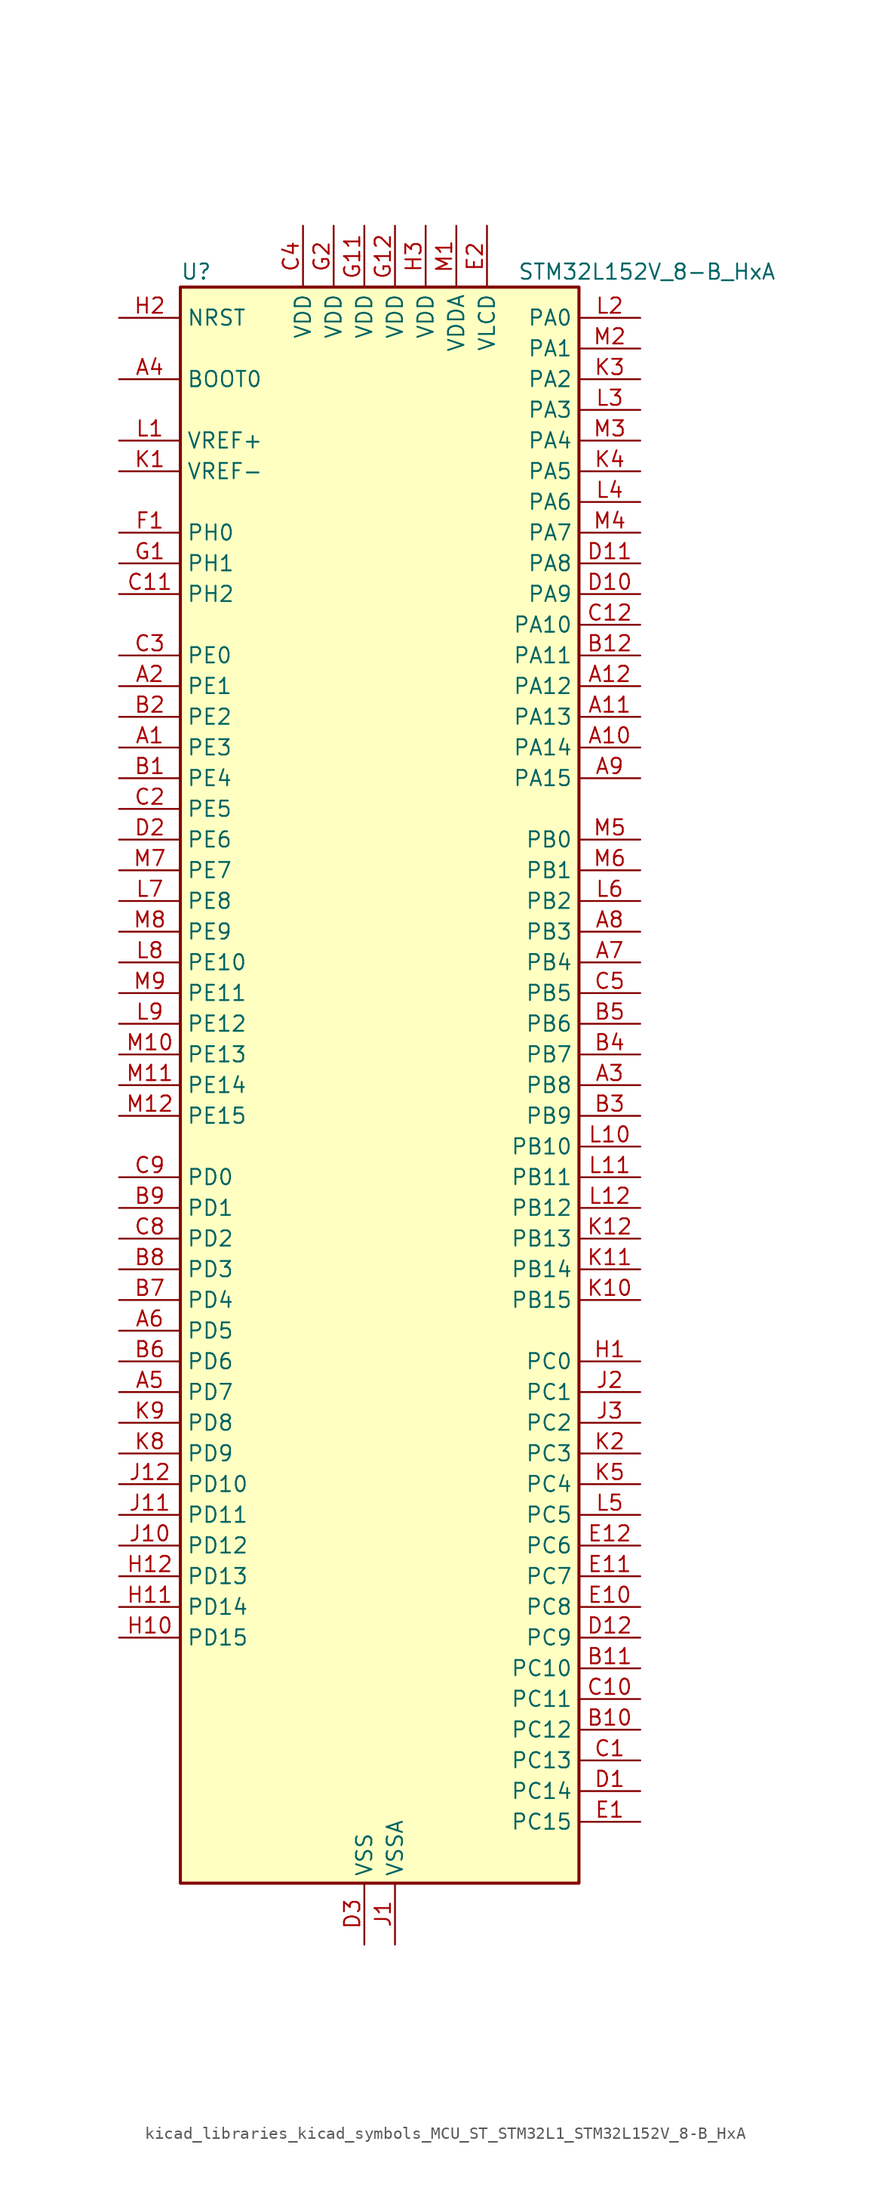
<source format=kicad_sym>
(kicad_symbol_lib
  (version 20220914)
  (generator kicad_symbol_editor)
  (symbol "kicad_libraries_kicad_symbols_MCU_ST_STM32L1_STM32L152V_8-B_HxA"
    (property "Reference" "U"
      (at -15.24 67.31 0)
      (effects (font (size 1.27 1.27)) (justify left)))
    (property "Value" "STM32L152V_8-B_HxA"
      (at 12.7 67.31 0)
      (effects (font (size 1.27 1.27)) (justify left)))
    (property "ki_locked" ""
      (at 0 0 0)
      (effects (font (size 1.27 1.27))))
    (symbol "kicad_libraries_kicad_symbols_MCU_ST_STM32L1_STM32L152V_8-B_HxA_0_1"
      (rectangle (start -15.24 -66.04) (end 17.78 66.04) (stroke (width 0.254) (type default)) (fill (type background))))
    (symbol "kicad_libraries_kicad_symbols_MCU_ST_STM32L1_STM32L152V_8-B_HxA_1_1"
      (pin bidirectional line (at -20.32 27.94 0) (length 5.08) (name "PE3" (effects (font (size 1.27 1.27)))) (number "A1" (effects (font (size 1.27 1.27)))) (alternate "LCD_SEG39" bidirectional line) (alternate "SYS_TRACED0" bidirectional line) (alternate "TIM3_CH1" bidirectional line) (alternate "TIMX_IC4" bidirectional line))
      (pin bidirectional line (at 22.86 27.94 180) (length 5.08) (name "PA14" (effects (font (size 1.27 1.27)))) (number "A10" (effects (font (size 1.27 1.27)))) (alternate "SYS_JTCK-SWCLK" bidirectional line) (alternate "TIMX_IC3" bidirectional line) (alternate "TS_G5_IO2" bidirectional line))
      (pin bidirectional line (at 22.86 30.48 180) (length 5.08) (name "PA13" (effects (font (size 1.27 1.27)))) (number "A11" (effects (font (size 1.27 1.27)))) (alternate "SYS_JTMS-SWDIO" bidirectional line) (alternate "TIMX_IC2" bidirectional line) (alternate "TS_G5_IO1" bidirectional line))
      (pin bidirectional line (at 22.86 33.02 180) (length 5.08) (name "PA12" (effects (font (size 1.27 1.27)))) (number "A12" (effects (font (size 1.27 1.27)))) (alternate "SPI1_MOSI" bidirectional line) (alternate "TIMX_IC1" bidirectional line) (alternate "USART1_RTS" bidirectional line) (alternate "USB_DP" bidirectional line))
      (pin bidirectional line (at -20.32 33.02 0) (length 5.08) (name "PE1" (effects (font (size 1.27 1.27)))) (number "A2" (effects (font (size 1.27 1.27)))) (alternate "LCD_SEG37" bidirectional line) (alternate "TIM11_CH1" bidirectional line) (alternate "TIMX_IC2" bidirectional line))
      (pin bidirectional line (at 22.86 0 180) (length 5.08) (name "PB8" (effects (font (size 1.27 1.27)))) (number "A3" (effects (font (size 1.27 1.27)))) (alternate "I2C1_SCL" bidirectional line) (alternate "LCD_SEG16" bidirectional line) (alternate "TIM10_CH1" bidirectional line) (alternate "TIM4_CH3" bidirectional line))
      (pin input line (at -20.32 58.42 0) (length 5.08) (name "BOOT0" (effects (font (size 1.27 1.27)))) (number "A4" (effects (font (size 1.27 1.27)))))
      (pin bidirectional line (at -20.32 -25.4 0) (length 5.08) (name "PD7" (effects (font (size 1.27 1.27)))) (number "A5" (effects (font (size 1.27 1.27)))) (alternate "TIM9_CH2" bidirectional line) (alternate "TIMX_IC4" bidirectional line) (alternate "USART2_CK" bidirectional line))
      (pin bidirectional line (at -20.32 -20.32 0) (length 5.08) (name "PD5" (effects (font (size 1.27 1.27)))) (number "A6" (effects (font (size 1.27 1.27)))) (alternate "TIMX_IC2" bidirectional line) (alternate "USART2_TX" bidirectional line))
      (pin bidirectional line (at 22.86 10.16 180) (length 5.08) (name "PB4" (effects (font (size 1.27 1.27)))) (number "A7" (effects (font (size 1.27 1.27)))) (alternate "COMP2_INP" bidirectional line) (alternate "LCD_SEG8" bidirectional line) (alternate "SPI1_MISO" bidirectional line) (alternate "SYS_JTRST" bidirectional line) (alternate "TIM3_CH1" bidirectional line) (alternate "TS_G6_IO1" bidirectional line))
      (pin bidirectional line (at 22.86 12.7 180) (length 5.08) (name "PB3" (effects (font (size 1.27 1.27)))) (number "A8" (effects (font (size 1.27 1.27)))) (alternate "COMP2_INM" bidirectional line) (alternate "LCD_SEG7" bidirectional line) (alternate "SPI1_SCK" bidirectional line) (alternate "SYS_JTDO-TRACESWO" bidirectional line) (alternate "TIM2_CH2" bidirectional line))
      (pin bidirectional line (at 22.86 25.4 180) (length 5.08) (name "PA15" (effects (font (size 1.27 1.27)))) (number "A9" (effects (font (size 1.27 1.27)))) (alternate "ADC_EXTI15" bidirectional line) (alternate "LCD_SEG17" bidirectional line) (alternate "SPI1_NSS" bidirectional line) (alternate "SYS_JTDI" bidirectional line) (alternate "TIM2_CH1" bidirectional line) (alternate "TIM2_ETR" bidirectional line) (alternate "TIMX_IC4" bidirectional line) (alternate "TS_G5_IO3" bidirectional line))
      (pin bidirectional line (at -20.32 25.4 0) (length 5.08) (name "PE4" (effects (font (size 1.27 1.27)))) (number "B1" (effects (font (size 1.27 1.27)))) (alternate "SYS_TRACED1" bidirectional line) (alternate "TIM3_CH2" bidirectional line) (alternate "TIMX_IC1" bidirectional line))
      (pin bidirectional line (at 22.86 -53.34 180) (length 5.08) (name "PC12" (effects (font (size 1.27 1.27)))) (number "B10" (effects (font (size 1.27 1.27)))) (alternate "LCD_COM6" bidirectional line) (alternate "LCD_SEG30" bidirectional line) (alternate "LCD_SEG42" bidirectional line) (alternate "TIMX_IC1" bidirectional line) (alternate "USART3_CK" bidirectional line))
      (pin bidirectional line (at 22.86 -48.26 180) (length 5.08) (name "PC10" (effects (font (size 1.27 1.27)))) (number "B11" (effects (font (size 1.27 1.27)))) (alternate "LCD_COM4" bidirectional line) (alternate "LCD_SEG28" bidirectional line) (alternate "LCD_SEG40" bidirectional line) (alternate "TIMX_IC3" bidirectional line) (alternate "USART3_TX" bidirectional line))
      (pin bidirectional line (at 22.86 35.56 180) (length 5.08) (name "PA11" (effects (font (size 1.27 1.27)))) (number "B12" (effects (font (size 1.27 1.27)))) (alternate "ADC_EXTI11" bidirectional line) (alternate "SPI1_MISO" bidirectional line) (alternate "TIMX_IC4" bidirectional line) (alternate "USART1_CTS" bidirectional line) (alternate "USB_DM" bidirectional line))
      (pin bidirectional line (at -20.32 30.48 0) (length 5.08) (name "PE2" (effects (font (size 1.27 1.27)))) (number "B2" (effects (font (size 1.27 1.27)))) (alternate "LCD_SEG38" bidirectional line) (alternate "SYS_TRACECK" bidirectional line) (alternate "TIM3_ETR" bidirectional line) (alternate "TIMX_IC3" bidirectional line))
      (pin bidirectional line (at 22.86 -2.54 180) (length 5.08) (name "PB9" (effects (font (size 1.27 1.27)))) (number "B3" (effects (font (size 1.27 1.27)))) (alternate "DAC_EXTI9" bidirectional line) (alternate "I2C1_SDA" bidirectional line) (alternate "LCD_COM3" bidirectional line) (alternate "TIM11_CH1" bidirectional line) (alternate "TIM4_CH4" bidirectional line))
      (pin bidirectional line (at 22.86 2.54 180) (length 5.08) (name "PB7" (effects (font (size 1.27 1.27)))) (number "B4" (effects (font (size 1.27 1.27)))) (alternate "I2C1_SDA" bidirectional line) (alternate "SYS_PVD_IN" bidirectional line) (alternate "TIM4_CH2" bidirectional line) (alternate "TS_G6_IO4" bidirectional line) (alternate "USART1_RX" bidirectional line))
      (pin bidirectional line (at 22.86 5.08 180) (length 5.08) (name "PB6" (effects (font (size 1.27 1.27)))) (number "B5" (effects (font (size 1.27 1.27)))) (alternate "I2C1_SCL" bidirectional line) (alternate "TIM4_CH1" bidirectional line) (alternate "TS_G6_IO3" bidirectional line) (alternate "USART1_TX" bidirectional line))
      (pin bidirectional line (at -20.32 -22.86 0) (length 5.08) (name "PD6" (effects (font (size 1.27 1.27)))) (number "B6" (effects (font (size 1.27 1.27)))) (alternate "TIMX_IC3" bidirectional line) (alternate "USART2_RX" bidirectional line))
      (pin bidirectional line (at -20.32 -17.78 0) (length 5.08) (name "PD4" (effects (font (size 1.27 1.27)))) (number "B7" (effects (font (size 1.27 1.27)))) (alternate "SPI2_MOSI" bidirectional line) (alternate "TIMX_IC1" bidirectional line) (alternate "USART2_RTS" bidirectional line))
      (pin bidirectional line (at -20.32 -15.24 0) (length 5.08) (name "PD3" (effects (font (size 1.27 1.27)))) (number "B8" (effects (font (size 1.27 1.27)))) (alternate "SPI2_MISO" bidirectional line) (alternate "TIMX_IC4" bidirectional line) (alternate "USART2_CTS" bidirectional line))
      (pin bidirectional line (at -20.32 -10.16 0) (length 5.08) (name "PD1" (effects (font (size 1.27 1.27)))) (number "B9" (effects (font (size 1.27 1.27)))) (alternate "SPI2_SCK" bidirectional line) (alternate "TIMX_IC2" bidirectional line))
      (pin bidirectional line (at 22.86 -55.88 180) (length 5.08) (name "PC13" (effects (font (size 1.27 1.27)))) (number "C1" (effects (font (size 1.27 1.27)))) (alternate "RTC_OUT_ALARM" bidirectional line) (alternate "RTC_OUT_CALIB" bidirectional line) (alternate "RTC_TAMP1" bidirectional line) (alternate "RTC_TS" bidirectional line) (alternate "SYS_WKUP2" bidirectional line) (alternate "TIMX_IC2" bidirectional line))
      (pin bidirectional line (at 22.86 -50.8 180) (length 5.08) (name "PC11" (effects (font (size 1.27 1.27)))) (number "C10" (effects (font (size 1.27 1.27)))) (alternate "ADC_EXTI11" bidirectional line) (alternate "LCD_COM5" bidirectional line) (alternate "LCD_SEG29" bidirectional line) (alternate "LCD_SEG41" bidirectional line) (alternate "TIMX_IC4" bidirectional line) (alternate "USART3_RX" bidirectional line))
      (pin bidirectional line (at -20.32 40.64 0) (length 5.08) (name "PH2" (effects (font (size 1.27 1.27)))) (number "C11" (effects (font (size 1.27 1.27)))))
      (pin bidirectional line (at 22.86 38.1 180) (length 5.08) (name "PA10" (effects (font (size 1.27 1.27)))) (number "C12" (effects (font (size 1.27 1.27)))) (alternate "LCD_COM2" bidirectional line) (alternate "TIMX_IC3" bidirectional line) (alternate "TS_G4_IO3" bidirectional line) (alternate "USART1_RX" bidirectional line))
      (pin bidirectional line (at -20.32 22.86 0) (length 5.08) (name "PE5" (effects (font (size 1.27 1.27)))) (number "C2" (effects (font (size 1.27 1.27)))) (alternate "SYS_TRACED2" bidirectional line) (alternate "TIM9_CH1" bidirectional line) (alternate "TIMX_IC2" bidirectional line))
      (pin bidirectional line (at -20.32 35.56 0) (length 5.08) (name "PE0" (effects (font (size 1.27 1.27)))) (number "C3" (effects (font (size 1.27 1.27)))) (alternate "LCD_SEG36" bidirectional line) (alternate "TIM10_CH1" bidirectional line) (alternate "TIM4_ETR" bidirectional line) (alternate "TIMX_IC1" bidirectional line))
      (pin power_in line (at -5.08 71.12 270) (length 5.08) (name "VDD" (effects (font (size 1.27 1.27)))) (number "C4" (effects (font (size 1.27 1.27)))))
      (pin bidirectional line (at 22.86 7.62 180) (length 5.08) (name "PB5" (effects (font (size 1.27 1.27)))) (number "C5" (effects (font (size 1.27 1.27)))) (alternate "COMP2_INP" bidirectional line) (alternate "I2C1_SMBA" bidirectional line) (alternate "LCD_SEG9" bidirectional line) (alternate "SPI1_MOSI" bidirectional line) (alternate "TIM3_CH2" bidirectional line) (alternate "TS_G6_IO2" bidirectional line))
      (pin bidirectional line (at -20.32 -12.7 0) (length 5.08) (name "PD2" (effects (font (size 1.27 1.27)))) (number "C8" (effects (font (size 1.27 1.27)))) (alternate "LCD_COM7" bidirectional line) (alternate "LCD_SEG31" bidirectional line) (alternate "LCD_SEG43" bidirectional line) (alternate "TIM3_ETR" bidirectional line) (alternate "TIMX_IC3" bidirectional line))
      (pin bidirectional line (at -20.32 -7.62 0) (length 5.08) (name "PD0" (effects (font (size 1.27 1.27)))) (number "C9" (effects (font (size 1.27 1.27)))) (alternate "SPI2_NSS" bidirectional line) (alternate "TIM9_CH1" bidirectional line) (alternate "TIMX_IC1" bidirectional line))
      (pin bidirectional line (at 22.86 -58.42 180) (length 5.08) (name "PC14" (effects (font (size 1.27 1.27)))) (number "D1" (effects (font (size 1.27 1.27)))) (alternate "RCC_OSC32_IN" bidirectional line) (alternate "TIMX_IC3" bidirectional line))
      (pin bidirectional line (at 22.86 40.64 180) (length 5.08) (name "PA9" (effects (font (size 1.27 1.27)))) (number "D10" (effects (font (size 1.27 1.27)))) (alternate "DAC_EXTI9" bidirectional line) (alternate "LCD_COM1" bidirectional line) (alternate "TIMX_IC2" bidirectional line) (alternate "TS_G4_IO2" bidirectional line) (alternate "USART1_TX" bidirectional line))
      (pin bidirectional line (at 22.86 43.18 180) (length 5.08) (name "PA8" (effects (font (size 1.27 1.27)))) (number "D11" (effects (font (size 1.27 1.27)))) (alternate "LCD_COM0" bidirectional line) (alternate "RCC_MCO" bidirectional line) (alternate "TIMX_IC1" bidirectional line) (alternate "TS_G4_IO1" bidirectional line) (alternate "USART1_CK" bidirectional line))
      (pin bidirectional line (at 22.86 -45.72 180) (length 5.08) (name "PC9" (effects (font (size 1.27 1.27)))) (number "D12" (effects (font (size 1.27 1.27)))) (alternate "DAC_EXTI9" bidirectional line) (alternate "LCD_SEG27" bidirectional line) (alternate "TIM3_CH4" bidirectional line) (alternate "TIMX_IC2" bidirectional line) (alternate "TS_G10_IO4" bidirectional line))
      (pin bidirectional line (at -20.32 20.32 0) (length 5.08) (name "PE6" (effects (font (size 1.27 1.27)))) (number "D2" (effects (font (size 1.27 1.27)))) (alternate "RTC_TAMP3" bidirectional line) (alternate "SYS_TRACED3" bidirectional line) (alternate "SYS_WKUP3" bidirectional line) (alternate "TIM9_CH2" bidirectional line) (alternate "TIMX_IC3" bidirectional line))
      (pin power_in line (at 0 -71.12 90) (length 5.08) (name "VSS" (effects (font (size 1.27 1.27)))) (number "D3" (effects (font (size 1.27 1.27)))))
      (pin bidirectional line (at 22.86 -60.96 180) (length 5.08) (name "PC15" (effects (font (size 1.27 1.27)))) (number "E1" (effects (font (size 1.27 1.27)))) (alternate "ADC_EXTI15" bidirectional line) (alternate "RCC_OSC32_OUT" bidirectional line) (alternate "TIMX_IC4" bidirectional line))
      (pin bidirectional line (at 22.86 -43.18 180) (length 5.08) (name "PC8" (effects (font (size 1.27 1.27)))) (number "E10" (effects (font (size 1.27 1.27)))) (alternate "LCD_SEG26" bidirectional line) (alternate "TIM3_CH3" bidirectional line) (alternate "TIMX_IC1" bidirectional line) (alternate "TS_G10_IO3" bidirectional line))
      (pin bidirectional line (at 22.86 -40.64 180) (length 5.08) (name "PC7" (effects (font (size 1.27 1.27)))) (number "E11" (effects (font (size 1.27 1.27)))) (alternate "LCD_SEG25" bidirectional line) (alternate "TIM3_CH2" bidirectional line) (alternate "TIMX_IC4" bidirectional line) (alternate "TS_G10_IO2" bidirectional line))
      (pin bidirectional line (at 22.86 -38.1 180) (length 5.08) (name "PC6" (effects (font (size 1.27 1.27)))) (number "E12" (effects (font (size 1.27 1.27)))) (alternate "LCD_SEG24" bidirectional line) (alternate "TIM3_CH1" bidirectional line) (alternate "TIMX_IC3" bidirectional line) (alternate "TS_G10_IO1" bidirectional line))
      (pin power_in line (at 10.16 71.12 270) (length 5.08) (name "VLCD" (effects (font (size 1.27 1.27)))) (number "E2" (effects (font (size 1.27 1.27)))))
      (pin passive line (at 0 -71.12 90) (length 5.08) hide (name "VSS" (effects (font (size 1.27 1.27)))) (number "E3" (effects (font (size 1.27 1.27)))))
      (pin bidirectional line (at -20.32 45.72 0) (length 5.08) (name "PH0" (effects (font (size 1.27 1.27)))) (number "F1" (effects (font (size 1.27 1.27)))) (alternate "RCC_OSC_IN" bidirectional line))
      (pin passive line (at 0 -71.12 90) (length 5.08) hide (name "VSS" (effects (font (size 1.27 1.27)))) (number "F11" (effects (font (size 1.27 1.27)))))
      (pin passive line (at 0 -71.12 90) (length 5.08) hide (name "VSS" (effects (font (size 1.27 1.27)))) (number "F12" (effects (font (size 1.27 1.27)))))
      (pin passive line (at 0 -71.12 90) (length 5.08) hide (name "VSS" (effects (font (size 1.27 1.27)))) (number "F2" (effects (font (size 1.27 1.27)))))
      (pin bidirectional line (at -20.32 43.18 0) (length 5.08) (name "PH1" (effects (font (size 1.27 1.27)))) (number "G1" (effects (font (size 1.27 1.27)))) (alternate "RCC_OSC_OUT" bidirectional line))
      (pin power_in line (at 0 71.12 270) (length 5.08) (name "VDD" (effects (font (size 1.27 1.27)))) (number "G11" (effects (font (size 1.27 1.27)))))
      (pin power_in line (at 2.54 71.12 270) (length 5.08) (name "VDD" (effects (font (size 1.27 1.27)))) (number "G12" (effects (font (size 1.27 1.27)))))
      (pin power_in line (at -2.54 71.12 270) (length 5.08) (name "VDD" (effects (font (size 1.27 1.27)))) (number "G2" (effects (font (size 1.27 1.27)))))
      (pin bidirectional line (at 22.86 -22.86 180) (length 5.08) (name "PC0" (effects (font (size 1.27 1.27)))) (number "H1" (effects (font (size 1.27 1.27)))) (alternate "ADC_IN10" bidirectional line) (alternate "COMP1_INP" bidirectional line) (alternate "LCD_SEG18" bidirectional line) (alternate "TIMX_IC1" bidirectional line) (alternate "TS_G8_IO1" bidirectional line))
      (pin bidirectional line (at -20.32 -45.72 0) (length 5.08) (name "PD15" (effects (font (size 1.27 1.27)))) (number "H10" (effects (font (size 1.27 1.27)))) (alternate "ADC_EXTI15" bidirectional line) (alternate "LCD_SEG35" bidirectional line) (alternate "TIM4_CH4" bidirectional line) (alternate "TIMX_IC4" bidirectional line))
      (pin bidirectional line (at -20.32 -43.18 0) (length 5.08) (name "PD14" (effects (font (size 1.27 1.27)))) (number "H11" (effects (font (size 1.27 1.27)))) (alternate "LCD_SEG34" bidirectional line) (alternate "TIM4_CH3" bidirectional line) (alternate "TIMX_IC3" bidirectional line))
      (pin bidirectional line (at -20.32 -40.64 0) (length 5.08) (name "PD13" (effects (font (size 1.27 1.27)))) (number "H12" (effects (font (size 1.27 1.27)))) (alternate "LCD_SEG33" bidirectional line) (alternate "TIM4_CH2" bidirectional line) (alternate "TIMX_IC2" bidirectional line))
      (pin input line (at -20.32 63.5 0) (length 5.08) (name "NRST" (effects (font (size 1.27 1.27)))) (number "H2" (effects (font (size 1.27 1.27)))))
      (pin power_in line (at 5.08 71.12 270) (length 5.08) (name "VDD" (effects (font (size 1.27 1.27)))) (number "H3" (effects (font (size 1.27 1.27)))))
      (pin power_in line (at 2.54 -71.12 90) (length 5.08) (name "VSSA" (effects (font (size 1.27 1.27)))) (number "J1" (effects (font (size 1.27 1.27)))))
      (pin bidirectional line (at -20.32 -38.1 0) (length 5.08) (name "PD12" (effects (font (size 1.27 1.27)))) (number "J10" (effects (font (size 1.27 1.27)))) (alternate "LCD_SEG32" bidirectional line) (alternate "TIM4_CH1" bidirectional line) (alternate "TIMX_IC1" bidirectional line) (alternate "USART3_RTS" bidirectional line))
      (pin bidirectional line (at -20.32 -35.56 0) (length 5.08) (name "PD11" (effects (font (size 1.27 1.27)))) (number "J11" (effects (font (size 1.27 1.27)))) (alternate "ADC_EXTI11" bidirectional line) (alternate "LCD_SEG31" bidirectional line) (alternate "TIMX_IC4" bidirectional line) (alternate "USART3_CTS" bidirectional line))
      (pin bidirectional line (at -20.32 -33.02 0) (length 5.08) (name "PD10" (effects (font (size 1.27 1.27)))) (number "J12" (effects (font (size 1.27 1.27)))) (alternate "LCD_SEG30" bidirectional line) (alternate "TIMX_IC3" bidirectional line) (alternate "USART3_CK" bidirectional line))
      (pin bidirectional line (at 22.86 -25.4 180) (length 5.08) (name "PC1" (effects (font (size 1.27 1.27)))) (number "J2" (effects (font (size 1.27 1.27)))) (alternate "ADC_IN11" bidirectional line) (alternate "COMP1_INP" bidirectional line) (alternate "LCD_SEG19" bidirectional line) (alternate "TIMX_IC2" bidirectional line) (alternate "TS_G8_IO2" bidirectional line))
      (pin bidirectional line (at 22.86 -27.94 180) (length 5.08) (name "PC2" (effects (font (size 1.27 1.27)))) (number "J3" (effects (font (size 1.27 1.27)))) (alternate "ADC_IN12" bidirectional line) (alternate "COMP1_INP" bidirectional line) (alternate "LCD_SEG20" bidirectional line) (alternate "TIMX_IC3" bidirectional line) (alternate "TS_G8_IO3" bidirectional line))
      (pin input line (at -20.32 50.8 0) (length 5.08) (name "VREF-" (effects (font (size 1.27 1.27)))) (number "K1" (effects (font (size 1.27 1.27)))))
      (pin bidirectional line (at 22.86 -17.78 180) (length 5.08) (name "PB15" (effects (font (size 1.27 1.27)))) (number "K10" (effects (font (size 1.27 1.27)))) (alternate "ADC_EXTI15" bidirectional line) (alternate "ADC_IN21" bidirectional line) (alternate "COMP1_INP" bidirectional line) (alternate "LCD_SEG15" bidirectional line) (alternate "RTC_REFIN" bidirectional line) (alternate "SPI2_MOSI" bidirectional line) (alternate "TIM11_CH1" bidirectional line) (alternate "TS_G7_IO4" bidirectional line))
      (pin bidirectional line (at 22.86 -15.24 180) (length 5.08) (name "PB14" (effects (font (size 1.27 1.27)))) (number "K11" (effects (font (size 1.27 1.27)))) (alternate "ADC_IN20" bidirectional line) (alternate "COMP1_INP" bidirectional line) (alternate "LCD_SEG14" bidirectional line) (alternate "SPI2_MISO" bidirectional line) (alternate "TIM9_CH2" bidirectional line) (alternate "TS_G7_IO3" bidirectional line) (alternate "USART3_RTS" bidirectional line))
      (pin bidirectional line (at 22.86 -12.7 180) (length 5.08) (name "PB13" (effects (font (size 1.27 1.27)))) (number "K12" (effects (font (size 1.27 1.27)))) (alternate "ADC_IN19" bidirectional line) (alternate "COMP1_INP" bidirectional line) (alternate "LCD_SEG13" bidirectional line) (alternate "SPI2_SCK" bidirectional line) (alternate "TIM9_CH1" bidirectional line) (alternate "TS_G7_IO2" bidirectional line) (alternate "USART3_CTS" bidirectional line))
      (pin bidirectional line (at 22.86 -30.48 180) (length 5.08) (name "PC3" (effects (font (size 1.27 1.27)))) (number "K2" (effects (font (size 1.27 1.27)))) (alternate "ADC_IN13" bidirectional line) (alternate "COMP1_INP" bidirectional line) (alternate "LCD_SEG21" bidirectional line) (alternate "TIMX_IC4" bidirectional line) (alternate "TS_G8_IO4" bidirectional line))
      (pin bidirectional line (at 22.86 58.42 180) (length 5.08) (name "PA2" (effects (font (size 1.27 1.27)))) (number "K3" (effects (font (size 1.27 1.27)))) (alternate "ADC_IN2" bidirectional line) (alternate "COMP1_INP" bidirectional line) (alternate "LCD_SEG1" bidirectional line) (alternate "TIM2_CH3" bidirectional line) (alternate "TIM9_CH1" bidirectional line) (alternate "TIMX_IC3" bidirectional line) (alternate "TS_G1_IO3" bidirectional line) (alternate "USART2_TX" bidirectional line))
      (pin bidirectional line (at 22.86 50.8 180) (length 5.08) (name "PA5" (effects (font (size 1.27 1.27)))) (number "K4" (effects (font (size 1.27 1.27)))) (alternate "ADC_IN5" bidirectional line) (alternate "COMP1_INP" bidirectional line) (alternate "DAC_OUT2" bidirectional line) (alternate "SPI1_SCK" bidirectional line) (alternate "TIM2_CH1" bidirectional line) (alternate "TIM2_ETR" bidirectional line) (alternate "TIMX_IC2" bidirectional line))
      (pin bidirectional line (at 22.86 -33.02 180) (length 5.08) (name "PC4" (effects (font (size 1.27 1.27)))) (number "K5" (effects (font (size 1.27 1.27)))) (alternate "ADC_IN14" bidirectional line) (alternate "COMP1_INP" bidirectional line) (alternate "LCD_SEG22" bidirectional line) (alternate "TIMX_IC1" bidirectional line) (alternate "TS_G9_IO1" bidirectional line))
      (pin bidirectional line (at -20.32 -30.48 0) (length 5.08) (name "PD9" (effects (font (size 1.27 1.27)))) (number "K8" (effects (font (size 1.27 1.27)))) (alternate "DAC_EXTI9" bidirectional line) (alternate "LCD_SEG29" bidirectional line) (alternate "TIMX_IC2" bidirectional line) (alternate "USART3_RX" bidirectional line))
      (pin bidirectional line (at -20.32 -27.94 0) (length 5.08) (name "PD8" (effects (font (size 1.27 1.27)))) (number "K9" (effects (font (size 1.27 1.27)))) (alternate "LCD_SEG28" bidirectional line) (alternate "TIMX_IC1" bidirectional line) (alternate "USART3_TX" bidirectional line))
      (pin input line (at -20.32 53.34 0) (length 5.08) (name "VREF+" (effects (font (size 1.27 1.27)))) (number "L1" (effects (font (size 1.27 1.27)))))
      (pin bidirectional line (at 22.86 -5.08 180) (length 5.08) (name "PB10" (effects (font (size 1.27 1.27)))) (number "L10" (effects (font (size 1.27 1.27)))) (alternate "I2C2_SCL" bidirectional line) (alternate "LCD_SEG10" bidirectional line) (alternate "TIM2_CH3" bidirectional line) (alternate "USART3_TX" bidirectional line))
      (pin bidirectional line (at 22.86 -7.62 180) (length 5.08) (name "PB11" (effects (font (size 1.27 1.27)))) (number "L11" (effects (font (size 1.27 1.27)))) (alternate "ADC_EXTI11" bidirectional line) (alternate "I2C2_SDA" bidirectional line) (alternate "LCD_SEG11" bidirectional line) (alternate "TIM2_CH4" bidirectional line) (alternate "USART3_RX" bidirectional line))
      (pin bidirectional line (at 22.86 -10.16 180) (length 5.08) (name "PB12" (effects (font (size 1.27 1.27)))) (number "L12" (effects (font (size 1.27 1.27)))) (alternate "ADC_IN18" bidirectional line) (alternate "COMP1_INP" bidirectional line) (alternate "I2C2_SMBA" bidirectional line) (alternate "LCD_SEG12" bidirectional line) (alternate "SPI2_NSS" bidirectional line) (alternate "TIM10_CH1" bidirectional line) (alternate "TS_G7_IO1" bidirectional line) (alternate "USART3_CK" bidirectional line))
      (pin bidirectional line (at 22.86 63.5 180) (length 5.08) (name "PA0" (effects (font (size 1.27 1.27)))) (number "L2" (effects (font (size 1.27 1.27)))) (alternate "ADC_IN0" bidirectional line) (alternate "COMP1_INP" bidirectional line) (alternate "RTC_TAMP2" bidirectional line) (alternate "SYS_WKUP1" bidirectional line) (alternate "TIM2_CH1" bidirectional line) (alternate "TIM2_ETR" bidirectional line) (alternate "TIMX_IC1" bidirectional line) (alternate "TS_G1_IO1" bidirectional line) (alternate "USART2_CTS" bidirectional line))
      (pin bidirectional line (at 22.86 55.88 180) (length 5.08) (name "PA3" (effects (font (size 1.27 1.27)))) (number "L3" (effects (font (size 1.27 1.27)))) (alternate "ADC_IN3" bidirectional line) (alternate "COMP1_INP" bidirectional line) (alternate "LCD_SEG2" bidirectional line) (alternate "TIM2_CH4" bidirectional line) (alternate "TIM9_CH2" bidirectional line) (alternate "TIMX_IC4" bidirectional line) (alternate "TS_G1_IO4" bidirectional line) (alternate "USART2_RX" bidirectional line))
      (pin bidirectional line (at 22.86 48.26 180) (length 5.08) (name "PA6" (effects (font (size 1.27 1.27)))) (number "L4" (effects (font (size 1.27 1.27)))) (alternate "ADC_IN6" bidirectional line) (alternate "COMP1_INP" bidirectional line) (alternate "LCD_SEG3" bidirectional line) (alternate "SPI1_MISO" bidirectional line) (alternate "TIM10_CH1" bidirectional line) (alternate "TIM3_CH1" bidirectional line) (alternate "TIMX_IC3" bidirectional line) (alternate "TS_G2_IO1" bidirectional line))
      (pin bidirectional line (at 22.86 -35.56 180) (length 5.08) (name "PC5" (effects (font (size 1.27 1.27)))) (number "L5" (effects (font (size 1.27 1.27)))) (alternate "ADC_IN15" bidirectional line) (alternate "COMP1_INP" bidirectional line) (alternate "LCD_SEG23" bidirectional line) (alternate "TIMX_IC2" bidirectional line) (alternate "TS_G9_IO2" bidirectional line))
      (pin bidirectional line (at 22.86 15.24 180) (length 5.08) (name "PB2" (effects (font (size 1.27 1.27)))) (number "L6" (effects (font (size 1.27 1.27)))) (alternate "TS_G3_IO3" bidirectional line))
      (pin bidirectional line (at -20.32 15.24 0) (length 5.08) (name "PE8" (effects (font (size 1.27 1.27)))) (number "L7" (effects (font (size 1.27 1.27)))) (alternate "ADC_IN23" bidirectional line) (alternate "COMP1_INP" bidirectional line) (alternate "TIMX_IC1" bidirectional line))
      (pin bidirectional line (at -20.32 10.16 0) (length 5.08) (name "PE10" (effects (font (size 1.27 1.27)))) (number "L8" (effects (font (size 1.27 1.27)))) (alternate "ADC_IN25" bidirectional line) (alternate "COMP1_INP" bidirectional line) (alternate "TIM2_CH2" bidirectional line) (alternate "TIMX_IC3" bidirectional line))
      (pin bidirectional line (at -20.32 5.08 0) (length 5.08) (name "PE12" (effects (font (size 1.27 1.27)))) (number "L9" (effects (font (size 1.27 1.27)))) (alternate "SPI1_NSS" bidirectional line) (alternate "TIM2_CH4" bidirectional line) (alternate "TIMX_IC1" bidirectional line))
      (pin power_in line (at 7.62 71.12 270) (length 5.08) (name "VDDA" (effects (font (size 1.27 1.27)))) (number "M1" (effects (font (size 1.27 1.27)))))
      (pin bidirectional line (at -20.32 2.54 0) (length 5.08) (name "PE13" (effects (font (size 1.27 1.27)))) (number "M10" (effects (font (size 1.27 1.27)))) (alternate "SPI1_SCK" bidirectional line) (alternate "TIMX_IC2" bidirectional line))
      (pin bidirectional line (at -20.32 0 0) (length 5.08) (name "PE14" (effects (font (size 1.27 1.27)))) (number "M11" (effects (font (size 1.27 1.27)))) (alternate "SPI1_MISO" bidirectional line) (alternate "TIMX_IC3" bidirectional line))
      (pin bidirectional line (at -20.32 -2.54 0) (length 5.08) (name "PE15" (effects (font (size 1.27 1.27)))) (number "M12" (effects (font (size 1.27 1.27)))) (alternate "ADC_EXTI15" bidirectional line) (alternate "SPI1_MOSI" bidirectional line) (alternate "TIMX_IC4" bidirectional line))
      (pin bidirectional line (at 22.86 60.96 180) (length 5.08) (name "PA1" (effects (font (size 1.27 1.27)))) (number "M2" (effects (font (size 1.27 1.27)))) (alternate "ADC_IN1" bidirectional line) (alternate "COMP1_INP" bidirectional line) (alternate "LCD_SEG0" bidirectional line) (alternate "TIM2_CH2" bidirectional line) (alternate "TIMX_IC2" bidirectional line) (alternate "TS_G1_IO2" bidirectional line) (alternate "USART2_RTS" bidirectional line))
      (pin bidirectional line (at 22.86 53.34 180) (length 5.08) (name "PA4" (effects (font (size 1.27 1.27)))) (number "M3" (effects (font (size 1.27 1.27)))) (alternate "ADC_IN4" bidirectional line) (alternate "COMP1_INP" bidirectional line) (alternate "DAC_OUT1" bidirectional line) (alternate "SPI1_NSS" bidirectional line) (alternate "TIMX_IC1" bidirectional line) (alternate "USART2_CK" bidirectional line))
      (pin bidirectional line (at 22.86 45.72 180) (length 5.08) (name "PA7" (effects (font (size 1.27 1.27)))) (number "M4" (effects (font (size 1.27 1.27)))) (alternate "ADC_IN7" bidirectional line) (alternate "COMP1_INP" bidirectional line) (alternate "LCD_SEG4" bidirectional line) (alternate "SPI1_MOSI" bidirectional line) (alternate "TIM11_CH1" bidirectional line) (alternate "TIM3_CH2" bidirectional line) (alternate "TIMX_IC4" bidirectional line) (alternate "TS_G2_IO2" bidirectional line))
      (pin bidirectional line (at 22.86 20.32 180) (length 5.08) (name "PB0" (effects (font (size 1.27 1.27)))) (number "M5" (effects (font (size 1.27 1.27)))) (alternate "ADC_IN8" bidirectional line) (alternate "COMP1_INP" bidirectional line) (alternate "LCD_SEG5" bidirectional line) (alternate "SYS_V_REF_OUT" bidirectional line) (alternate "TIM3_CH3" bidirectional line) (alternate "TS_G3_IO1" bidirectional line))
      (pin bidirectional line (at 22.86 17.78 180) (length 5.08) (name "PB1" (effects (font (size 1.27 1.27)))) (number "M6" (effects (font (size 1.27 1.27)))) (alternate "ADC_IN9" bidirectional line) (alternate "COMP1_INP" bidirectional line) (alternate "LCD_SEG6" bidirectional line) (alternate "SYS_V_REF_OUT" bidirectional line) (alternate "TIM3_CH4" bidirectional line) (alternate "TS_G3_IO2" bidirectional line))
      (pin bidirectional line (at -20.32 17.78 0) (length 5.08) (name "PE7" (effects (font (size 1.27 1.27)))) (number "M7" (effects (font (size 1.27 1.27)))) (alternate "ADC_IN22" bidirectional line) (alternate "COMP1_INP" bidirectional line) (alternate "TIMX_IC4" bidirectional line))
      (pin bidirectional line (at -20.32 12.7 0) (length 5.08) (name "PE9" (effects (font (size 1.27 1.27)))) (number "M8" (effects (font (size 1.27 1.27)))) (alternate "ADC_IN24" bidirectional line) (alternate "COMP1_INP" bidirectional line) (alternate "DAC_EXTI9" bidirectional line) (alternate "TIM2_CH1" bidirectional line) (alternate "TIM2_ETR" bidirectional line) (alternate "TIMX_IC2" bidirectional line))
      (pin bidirectional line (at -20.32 7.62 0) (length 5.08) (name "PE11" (effects (font (size 1.27 1.27)))) (number "M9" (effects (font (size 1.27 1.27)))) (alternate "ADC_EXTI11" bidirectional line) (alternate "TIM2_CH3" bidirectional line) (alternate "TIMX_IC4" bidirectional line)))))
</source>
